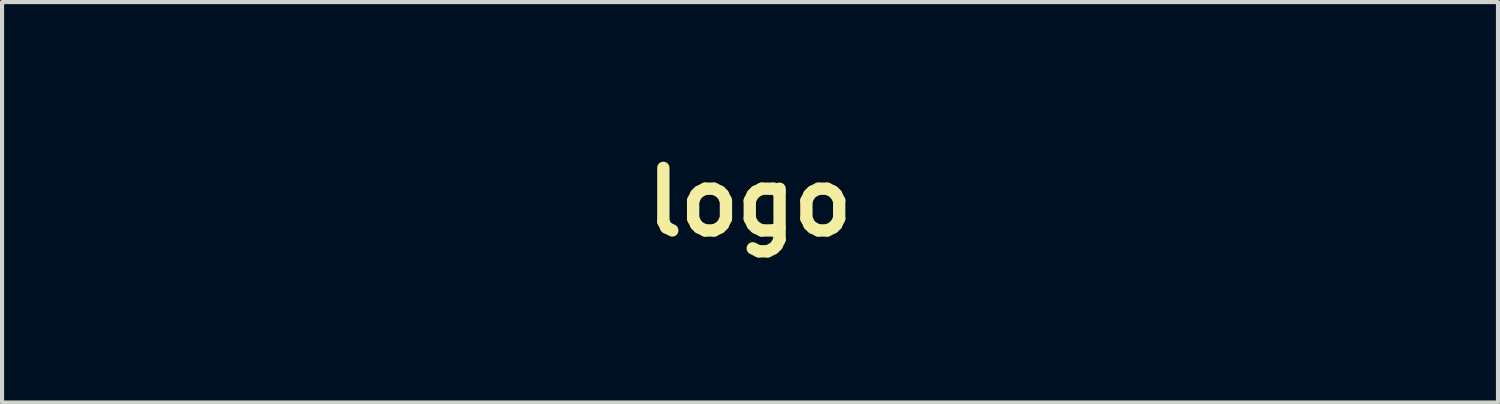
<source format=kicad_pcb>
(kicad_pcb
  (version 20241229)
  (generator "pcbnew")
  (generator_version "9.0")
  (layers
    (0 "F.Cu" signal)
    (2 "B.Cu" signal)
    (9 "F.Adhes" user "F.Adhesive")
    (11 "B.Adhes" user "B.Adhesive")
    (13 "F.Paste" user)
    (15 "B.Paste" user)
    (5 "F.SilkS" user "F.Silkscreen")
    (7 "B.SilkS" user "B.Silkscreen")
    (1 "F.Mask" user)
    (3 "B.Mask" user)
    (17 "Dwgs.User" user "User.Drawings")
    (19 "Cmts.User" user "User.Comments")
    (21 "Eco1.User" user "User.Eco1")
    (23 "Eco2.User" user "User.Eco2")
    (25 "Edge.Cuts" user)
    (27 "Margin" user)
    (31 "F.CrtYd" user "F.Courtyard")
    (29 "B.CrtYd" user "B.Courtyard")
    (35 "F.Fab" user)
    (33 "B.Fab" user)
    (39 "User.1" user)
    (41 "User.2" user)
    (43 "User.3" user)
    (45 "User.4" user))
  (footprint "logo"
    (layer "F.Cu")
    (at 15.207 1.872)
    (property "Reference" "logo" (at 0 0 0) (layer "F.SilkS") (effects (font (size 1.524 1.524) (thickness 0.3))))
    (attr through_hole)
    (fp_poly (pts (xy -3.048 1.829) (xy -3.518 1.829) (xy -3.518 -1.372) (xy -3.048 -1.372) (xy -3.048 1.829)) (stroke (width 0.01) (type solid)) (fill yes) (layer "F.Mask"))
    (fp_poly (pts (xy -14.722 -0.022) (xy -14.726 1.822) (xy -15.202 1.829) (xy -15.202 -1.867) (xy -14.719 -1.867) (xy -14.722 -0.022)) (stroke (width 0.01) (type solid)) (fill yes) (layer "F.Mask"))
    (fp_poly (pts (xy -12.513 0.225) (xy -12.516 1.822) (xy -12.992 1.829) (xy -12.992 0.813) (xy -14.275 0.813) (xy -14.275 0.33) (xy -12.992 0.33) (xy -12.992 -1.372) (xy -12.751 -1.372) (xy -12.509 -1.372) (xy -12.513 0.225)) (stroke (width 0.01) (type solid)) (fill yes) (layer "F.Mask"))
    (fp_poly (pts (xy 14.757 -0.902) (xy 13.525 -0.902) (xy 13.528 -0.613) (xy 13.532 -0.324) (xy 14.145 -0.321) (xy 14.757 -0.317) (xy 14.757 0.152) (xy 13.525 0.152) (xy 13.525 1.346) (xy 15.215 1.346) (xy 15.215 1.829) (xy 13.056 1.829) (xy 13.056 -1.372) (xy 14.757 -1.372) (xy 14.757 -0.902)) (stroke (width 0.01) (type solid)) (fill yes) (layer "F.Mask"))
    (fp_poly (pts (xy -0.219 0.225) (xy -0.222 1.822) (xy -0.5 1.822) (xy -1.314 0.732) (xy -2.127 -0.359) (xy -2.134 1.829) (xy -2.36 1.829) (xy -2.434 1.828) (xy -2.498 1.827) (xy -2.549 1.825) (xy -2.583 1.823) (xy -2.595 1.82) (xy -2.596 1.807) (xy -2.597 1.769) (xy -2.598 1.71) (xy -2.599 1.629) (xy -2.6 1.529) (xy -2.601 1.412) (xy -2.601 1.278) (xy -2.602 1.129) (xy -2.603 0.968) (xy -2.603 0.795) (xy -2.603 0.611) (xy -2.603 0.419) (xy -2.603 0.22) (xy -2.603 -1.372) (xy -2.454 -1.371) (xy -2.305 -1.37) (xy -0.692 0.802) (xy -0.689 -0.285) (xy -0.686 -1.372) (xy -0.451 -1.372) (xy -0.216 -1.372) (xy -0.219 0.225)) (stroke (width 0.01) (type solid)) (fill yes) (layer "F.Mask"))
    (fp_poly (pts (xy 10.385 -1.369) (xy 10.534 -1.365) (xy 11.341 -0.281) (xy 12.148 0.802) (xy 12.151 -0.285) (xy 12.154 -1.372) (xy 12.389 -1.372) (xy 12.624 -1.372) (xy 12.621 0.225) (xy 12.617 1.822) (xy 12.34 1.822) (xy 11.526 0.732) (xy 10.712 -0.359) (xy 10.706 1.829) (xy 10.48 1.829) (xy 10.406 1.828) (xy 10.342 1.827) (xy 10.29 1.825) (xy 10.257 1.823) (xy 10.245 1.82) (xy 10.244 1.807) (xy 10.243 1.769) (xy 10.242 1.71) (xy 10.241 1.629) (xy 10.24 1.529) (xy 10.239 1.412) (xy 10.238 1.278) (xy 10.238 1.129) (xy 10.237 0.968) (xy 10.237 0.794) (xy 10.236 0.611) (xy 10.236 0.419) (xy 10.236 0.22) (xy 10.236 -1.372) (xy 10.385 -1.369)) (stroke (width 0.01) (type solid)) (fill yes) (layer "F.Mask"))
    (fp_poly (pts (xy -10.427 -0.902) (xy -11.659 -0.902) (xy -11.656 -0.613) (xy -11.652 -0.324) (xy -11.039 -0.321) (xy -10.427 -0.317) (xy -10.427 0.152) (xy -11.659 0.152) (xy -11.659 1.346) (xy -9.97 1.346) (xy -9.97 1.829) (xy -11.047 1.829) (xy -11.21 1.829) (xy -11.366 1.828) (xy -11.513 1.828) (xy -11.648 1.827) (xy -11.771 1.827) (xy -11.879 1.826) (xy -11.97 1.825) (xy -12.043 1.824) (xy -12.096 1.822) (xy -12.126 1.821) (xy -12.133 1.82) (xy -12.134 1.807) (xy -12.135 1.769) (xy -12.136 1.71) (xy -12.137 1.629) (xy -12.138 1.529) (xy -12.138 1.412) (xy -12.139 1.278) (xy -12.14 1.129) (xy -12.14 0.968) (xy -12.141 0.795) (xy -12.141 0.611) (xy -12.141 0.419) (xy -12.141 0.22) (xy -12.141 -1.372) (xy -10.427 -1.372) (xy -10.427 -0.902)) (stroke (width 0.01) (type solid)) (fill yes) (layer "F.Mask"))
    (fp_poly (pts (xy 1.803 -1.426) (xy 1.947 -1.419) (xy 2.09 -1.4) (xy 2.23 -1.37) (xy 2.359 -1.331) (xy 2.474 -1.284) (xy 2.565 -1.233) (xy 2.569 -1.225) (xy 2.565 -1.209) (xy 2.553 -1.183) (xy 2.53 -1.144) (xy 2.495 -1.089) (xy 2.452 -1.024) (xy 2.321 -0.826) (xy 2.275 -0.847) (xy 2.118 -0.904) (xy 1.963 -0.939) (xy 1.805 -0.95) (xy 1.727 -0.948) (xy 1.562 -0.926) (xy 1.404 -0.88) (xy 1.254 -0.813) (xy 1.115 -0.727) (xy 0.989 -0.623) (xy 0.877 -0.503) (xy 0.783 -0.369) (xy 0.708 -0.223) (xy 0.654 -0.067) (xy 0.641 -0.012) (xy 0.629 0.075) (xy 0.623 0.176) (xy 0.623 0.283) (xy 0.631 0.386) (xy 0.644 0.476) (xy 0.648 0.493) (xy 0.7 0.656) (xy 0.774 0.808) (xy 0.869 0.948) (xy 0.983 1.072) (xy 1.116 1.18) (xy 1.265 1.271) (xy 1.289 1.283) (xy 1.367 1.32) (xy 1.435 1.347) (xy 1.497 1.367) (xy 1.561 1.379) (xy 1.633 1.386) (xy 1.719 1.39) (xy 1.797 1.39) (xy 1.898 1.389) (xy 1.981 1.385) (xy 2.05 1.377) (xy 2.113 1.362) (xy 2.175 1.341) (xy 2.244 1.312) (xy 2.292 1.289) (xy 2.443 1.203) (xy 2.576 1.098) (xy 2.645 1.03) (xy 2.68 0.99) (xy 2.702 0.962) (xy 2.713 0.938) (xy 2.717 0.911) (xy 2.718 0.882) (xy 2.718 0.813) (xy 2.019 0.813) (xy 2.019 0.33) (xy 3.207 0.337) (xy 3.207 1.822) (xy 2.724 1.822) (xy 2.72 1.711) (xy 2.718 1.662) (xy 2.715 1.624) (xy 2.712 1.603) (xy 2.71 1.6) (xy 2.697 1.607) (xy 2.67 1.624) (xy 2.65 1.637) (xy 2.557 1.692) (xy 2.444 1.745) (xy 2.319 1.793) (xy 2.188 1.833) (xy 2.126 1.848) (xy 2.064 1.858) (xy 1.984 1.866) (xy 1.893 1.871) (xy 1.797 1.874) (xy 1.703 1.874) (xy 1.619 1.87) (xy 1.552 1.864) (xy 1.537 1.862) (xy 1.336 1.813) (xy 1.145 1.742) (xy 0.964 1.65) (xy 0.797 1.538) (xy 0.644 1.407) (xy 0.509 1.258) (xy 0.433 1.156) (xy 0.328 0.981) (xy 0.245 0.798) (xy 0.186 0.608) (xy 0.151 0.414) (xy 0.139 0.218) (xy 0.152 0.021) (xy 0.189 -0.174) (xy 0.222 -0.287) (xy 0.298 -0.472) (xy 0.395 -0.647) (xy 0.513 -0.809) (xy 0.649 -0.956) (xy 0.801 -1.086) (xy 0.968 -1.197) (xy 1.041 -1.237) (xy 1.195 -1.309) (xy 1.34 -1.362) (xy 1.484 -1.398) (xy 1.632 -1.419) (xy 1.791 -1.426) (xy 1.803 -1.426)) (stroke (width 0.01) (type solid)) (fill yes) (layer "F.Mask"))
    (fp_poly (pts (xy -5.712 -1.371) (xy -5.533 -1.371) (xy -5.378 -1.371) (xy -5.244 -1.37) (xy -5.129 -1.369) (xy -5.031 -1.368) (xy -4.948 -1.366) (xy -4.878 -1.363) (xy -4.818 -1.359) (xy -4.767 -1.355) (xy -4.723 -1.35) (xy -4.683 -1.343) (xy -4.645 -1.336) (xy -4.607 -1.327) (xy -4.585 -1.321) (xy -4.434 -1.271) (xy -4.301 -1.202) (xy -4.186 -1.115) (xy -4.088 -1.01) (xy -4.008 -0.887) (xy -3.946 -0.746) (xy -3.922 -0.667) (xy -3.912 -0.629) (xy -3.905 -0.592) (xy -3.9 -0.551) (xy -3.897 -0.502) (xy -3.895 -0.44) (xy -3.894 -0.361) (xy -3.893 -0.298) (xy -3.893 -0.206) (xy -3.894 -0.133) (xy -3.896 -0.076) (xy -3.9 -0.03) (xy -3.906 0.01) (xy -3.914 0.049) (xy -3.922 0.083) (xy -3.942 0.151) (xy -3.969 0.227) (xy -3.998 0.295) (xy -4.003 0.305) (xy -4.059 0.4) (xy -4.135 0.493) (xy -4.222 0.577) (xy -4.315 0.646) (xy -4.369 0.676) (xy -4.463 0.716) (xy -4.567 0.751) (xy -4.672 0.779) (xy -4.766 0.795) (xy -4.777 0.796) (xy -4.82 0.801) (xy -4.851 0.807) (xy -4.864 0.813) (xy -4.864 0.813) (xy -4.858 0.826) (xy -4.84 0.858) (xy -4.813 0.908) (xy -4.776 0.973) (xy -4.732 1.051) (xy -4.681 1.139) (xy -4.625 1.236) (xy -4.584 1.308) (xy -4.525 1.41) (xy -4.47 1.505) (xy -4.421 1.591) (xy -4.378 1.667) (xy -4.342 1.729) (xy -4.316 1.775) (xy -4.301 1.803) (xy -4.297 1.811) (xy -4.297 1.817) (xy -4.307 1.822) (xy -4.329 1.825) (xy -4.365 1.826) (xy -4.42 1.827) (xy -4.495 1.827) (xy -4.548 1.826) (xy -4.806 1.822) (xy -5.379 0.819) (xy -5.738 0.816) (xy -6.096 0.812) (xy -6.096 1.829) (xy -6.566 1.829) (xy -6.566 -0.902) (xy -6.096 -0.902) (xy -6.096 0.33) (xy -5.482 0.33) (xy -5.357 0.33) (xy -5.238 0.329) (xy -5.128 0.328) (xy -5.029 0.327) (xy -4.945 0.325) (xy -4.877 0.323) (xy -4.83 0.321) (xy -4.805 0.318) (xy -4.684 0.286) (xy -4.583 0.236) (xy -4.499 0.17) (xy -4.443 0.101) (xy -4.406 0.039) (xy -4.379 -0.024) (xy -4.362 -0.094) (xy -4.353 -0.177) (xy -4.35 -0.278) (xy -4.35 -0.286) (xy -4.352 -0.389) (xy -4.361 -0.473) (xy -4.378 -0.543) (xy -4.404 -0.607) (xy -4.44 -0.668) (xy -4.443 -0.673) (xy -4.511 -0.75) (xy -4.598 -0.812) (xy -4.705 -0.857) (xy -4.831 -0.886) (xy -4.844 -0.888) (xy -4.881 -0.891) (xy -4.94 -0.894) (xy -5.021 -0.897) (xy -5.119 -0.899) (xy -5.233 -0.9) (xy -5.361 -0.901) (xy -5.499 -0.902) (xy -5.519 -0.902) (xy -6.096 -0.902) (xy -6.566 -0.902) (xy -6.566 -1.372) (xy -5.712 -1.371)) (stroke (width 0.01) (type solid)) (fill yes) (layer "F.Mask"))
    (fp_poly (pts (xy 8.382 -1.42) (xy 8.533 -1.399) (xy 8.679 -1.362) (xy 8.826 -1.307) (xy 8.922 -1.264) (xy 9.097 -1.167) (xy 9.255 -1.052) (xy 9.395 -0.923) (xy 9.511 -0.791) (xy 9.607 -0.654) (xy 9.691 -0.503) (xy 9.704 -0.477) (xy 9.772 -0.318) (xy 9.821 -0.166) (xy 9.852 -0.013) (xy 9.866 0.147) (xy 9.868 0.23) (xy 9.856 0.425) (xy 9.819 0.616) (xy 9.761 0.799) (xy 9.681 0.975) (xy 9.582 1.141) (xy 9.465 1.294) (xy 9.332 1.434) (xy 9.183 1.558) (xy 9.02 1.665) (xy 8.845 1.752) (xy 8.659 1.819) (xy 8.613 1.831) (xy 8.55 1.846) (xy 8.495 1.857) (xy 8.441 1.865) (xy 8.38 1.87) (xy 8.306 1.873) (xy 8.261 1.874) (xy 8.185 1.875) (xy 8.111 1.874) (xy 8.046 1.872) (xy 7.997 1.868) (xy 7.982 1.866) (xy 7.784 1.823) (xy 7.594 1.756) (xy 7.414 1.667) (xy 7.247 1.557) (xy 7.092 1.428) (xy 6.954 1.281) (xy 6.832 1.116) (xy 6.728 0.936) (xy 6.725 0.931) (xy 6.652 0.754) (xy 6.6 0.568) (xy 6.572 0.376) (xy 6.569 0.27) (xy 7.042 0.27) (xy 7.061 0.438) (xy 7.099 0.588) (xy 7.159 0.735) (xy 7.241 0.875) (xy 7.342 1.004) (xy 7.459 1.119) (xy 7.59 1.218) (xy 7.73 1.296) (xy 7.792 1.323) (xy 7.878 1.353) (xy 7.959 1.374) (xy 8.042 1.387) (xy 8.136 1.394) (xy 8.212 1.396) (xy 8.292 1.395) (xy 8.355 1.392) (xy 8.41 1.386) (xy 8.466 1.374) (xy 8.501 1.366) (xy 8.657 1.313) (xy 8.806 1.238) (xy 8.942 1.143) (xy 9.066 1.029) (xy 9.172 0.899) (xy 9.26 0.754) (xy 9.271 0.732) (xy 9.325 0.608) (xy 9.361 0.489) (xy 9.382 0.368) (xy 9.389 0.235) (xy 9.389 0.216) (xy 9.384 0.1) (xy 9.37 -0.003) (xy 9.344 -0.1) (xy 9.306 -0.202) (xy 9.273 -0.273) (xy 9.186 -0.425) (xy 9.081 -0.56) (xy 8.96 -0.677) (xy 8.824 -0.775) (xy 8.676 -0.852) (xy 8.518 -0.908) (xy 8.35 -0.941) (xy 8.261 -0.948) (xy 8.095 -0.944) (xy 7.932 -0.915) (xy 7.775 -0.863) (xy 7.626 -0.786) (xy 7.487 -0.687) (xy 7.424 -0.633) (xy 7.304 -0.504) (xy 7.206 -0.365) (xy 7.13 -0.215) (xy 7.077 -0.059) (xy 7.048 0.104) (xy 7.042 0.27) (xy 6.569 0.27) (xy 6.566 0.182) (xy 6.583 -0.011) (xy 6.622 -0.201) (xy 6.684 -0.385) (xy 6.734 -0.495) (xy 6.811 -0.634) (xy 6.898 -0.759) (xy 7 -0.881) (xy 7.032 -0.915) (xy 7.184 -1.056) (xy 7.348 -1.175) (xy 7.523 -1.271) (xy 7.707 -1.345) (xy 7.9 -1.396) (xy 8.1 -1.422) (xy 8.217 -1.426) (xy 8.382 -1.42)) (stroke (width 0.01) (type solid)) (fill yes) (layer "F.Mask"))
    (fp_poly (pts (xy -7.791 -1.364) (xy -7.664 -1.33) (xy -7.552 -1.294) (xy -7.444 -1.248) (xy -7.345 -1.195) (xy -7.262 -1.139) (xy -7.236 -1.118) (xy -7.146 -1.021) (xy -7.07 -0.904) (xy -7.009 -0.771) (xy -6.966 -0.625) (xy -6.946 -0.514) (xy -6.937 -0.411) (xy -6.935 -0.295) (xy -6.94 -0.175) (xy -6.95 -0.058) (xy -6.966 0.046) (xy -6.977 0.092) (xy -7.027 0.242) (xy -7.095 0.375) (xy -7.181 0.49) (xy -7.285 0.587) (xy -7.406 0.665) (xy -7.431 0.678) (xy -7.569 0.736) (xy -7.712 0.777) (xy -7.833 0.796) (xy -7.874 0.802) (xy -7.903 0.809) (xy -7.912 0.815) (xy -7.906 0.828) (xy -7.888 0.861) (xy -7.861 0.911) (xy -7.824 0.977) (xy -7.779 1.055) (xy -7.729 1.144) (xy -7.673 1.242) (xy -7.626 1.322) (xy -7.567 1.425) (xy -7.513 1.52) (xy -7.463 1.606) (xy -7.42 1.681) (xy -7.386 1.743) (xy -7.36 1.788) (xy -7.344 1.816) (xy -7.341 1.823) (xy -7.353 1.825) (xy -7.386 1.826) (xy -7.438 1.828) (xy -7.503 1.828) (xy -7.579 1.829) (xy -7.594 1.829) (xy -7.848 1.829) (xy -7.869 1.797) (xy -7.879 1.78) (xy -7.901 1.743) (xy -7.932 1.689) (xy -7.972 1.62) (xy -8.019 1.538) (xy -8.071 1.447) (xy -8.127 1.349) (xy -8.159 1.293) (xy -8.429 0.819) (xy -8.786 0.816) (xy -9.144 0.812) (xy -9.144 1.829) (xy -9.377 1.829) (xy -9.451 1.828) (xy -9.517 1.827) (xy -9.569 1.825) (xy -9.604 1.823) (xy -9.618 1.82) (xy -9.619 1.807) (xy -9.62 1.769) (xy -9.621 1.71) (xy -9.622 1.629) (xy -9.623 1.529) (xy -9.624 1.412) (xy -9.624 1.278) (xy -9.625 1.129) (xy -9.626 0.968) (xy -9.626 0.794) (xy -9.626 0.611) (xy -9.627 0.419) (xy -9.627 0.331) (xy -9.144 0.331) (xy -8.493 0.327) (xy -8.348 0.326) (xy -8.225 0.326) (xy -8.123 0.325) (xy -8.04 0.323) (xy -7.973 0.322) (xy -7.92 0.32) (xy -7.878 0.318) (xy -7.845 0.315) (xy -7.819 0.311) (xy -7.798 0.307) (xy -7.779 0.302) (xy -7.759 0.295) (xy -7.759 0.295) (xy -7.652 0.248) (xy -7.564 0.184) (xy -7.495 0.102) (xy -7.443 0.004) (xy -7.41 -0.113) (xy -7.395 -0.229) (xy -7.396 -0.363) (xy -7.415 -0.485) (xy -7.452 -0.594) (xy -7.506 -0.687) (xy -7.576 -0.763) (xy -7.661 -0.821) (xy -7.693 -0.836) (xy -7.722 -0.85) (xy -7.751 -0.861) (xy -7.782 -0.87) (xy -7.819 -0.877) (xy -7.862 -0.883) (xy -7.915 -0.887) (xy -7.98 -0.891) (xy -8.059 -0.893) (xy -8.155 -0.895) (xy -8.27 -0.897) (xy -8.407 -0.898) (xy -8.506 -0.899) (xy -9.144 -0.903) (xy -9.144 0.331) (xy -9.627 0.331) (xy -9.627 0.22) (xy -9.627 -1.373) (xy -7.791 -1.364)) (stroke (width 0.01) (type solid)) (fill yes) (layer "F.Mask"))
    (fp_poly (pts (xy 4.442 -1.369) (xy 4.613 -1.368) (xy 4.762 -1.367) (xy 4.888 -1.366) (xy 4.995 -1.365) (xy 5.085 -1.364) (xy 5.159 -1.363) (xy 5.219 -1.361) (xy 5.268 -1.36) (xy 5.307 -1.357) (xy 5.338 -1.355) (xy 5.363 -1.351) (xy 5.385 -1.347) (xy 5.404 -1.343) (xy 5.424 -1.337) (xy 5.427 -1.337) (xy 5.563 -1.289) (xy 5.677 -1.227) (xy 5.771 -1.15) (xy 5.844 -1.059) (xy 5.897 -0.952) (xy 5.93 -0.83) (xy 5.943 -0.692) (xy 5.943 -0.666) (xy 5.934 -0.541) (xy 5.906 -0.429) (xy 5.859 -0.333) (xy 5.795 -0.253) (xy 5.714 -0.192) (xy 5.712 -0.191) (xy 5.649 -0.155) (xy 5.717 -0.133) (xy 5.841 -0.082) (xy 5.947 -0.015) (xy 6.036 0.069) (xy 6.11 0.172) (xy 6.17 0.294) (xy 6.216 0.437) (xy 6.219 0.451) (xy 6.228 0.49) (xy 6.234 0.534) (xy 6.238 0.587) (xy 6.24 0.654) (xy 6.241 0.739) (xy 6.241 0.794) (xy 6.24 0.885) (xy 6.239 0.956) (xy 6.236 1.011) (xy 6.232 1.055) (xy 6.226 1.094) (xy 6.217 1.132) (xy 6.212 1.149) (xy 6.162 1.292) (xy 6.095 1.416) (xy 6.011 1.525) (xy 6.005 1.53) (xy 5.921 1.609) (xy 5.832 1.671) (xy 5.731 1.721) (xy 5.674 1.742) (xy 5.634 1.756) (xy 5.597 1.768) (xy 5.562 1.779) (xy 5.525 1.788) (xy 5.486 1.795) (xy 5.441 1.802) (xy 5.389 1.807) (xy 5.329 1.811) (xy 5.257 1.815) (xy 5.172 1.817) (xy 5.072 1.819) (xy 4.955 1.821) (xy 4.819 1.822) (xy 4.661 1.824) (xy 4.481 1.825) (xy 4.47 1.825) (xy 4.322 1.826) (xy 4.181 1.826) (xy 4.049 1.827) (xy 3.929 1.827) (xy 3.822 1.826) (xy 3.732 1.826) (xy 3.659 1.825) (xy 3.605 1.824) (xy 3.574 1.823) (xy 3.566 1.821) (xy 3.564 1.808) (xy 3.563 1.77) (xy 3.562 1.71) (xy 3.561 1.63) (xy 3.56 1.53) (xy 3.559 1.412) (xy 3.559 1.346) (xy 4.039 1.346) (xy 4.651 1.346) (xy 4.801 1.346) (xy 4.927 1.345) (xy 5.032 1.344) (xy 5.118 1.343) (xy 5.188 1.341) (xy 5.244 1.339) (xy 5.288 1.336) (xy 5.323 1.332) (xy 5.35 1.328) (xy 5.353 1.327) (xy 5.467 1.293) (xy 5.561 1.242) (xy 5.638 1.174) (xy 5.696 1.089) (xy 5.737 0.986) (xy 5.76 0.865) (xy 5.766 0.754) (xy 5.762 0.646) (xy 5.749 0.556) (xy 5.727 0.477) (xy 5.71 0.438) (xy 5.661 0.354) (xy 5.598 0.285) (xy 5.517 0.23) (xy 5.421 0.188) (xy 5.402 0.182) (xy 5.384 0.176) (xy 5.364 0.172) (xy 5.34 0.168) (xy 5.309 0.165) (xy 5.269 0.163) (xy 5.218 0.161) (xy 5.154 0.159) (xy 5.074 0.158) (xy 4.976 0.157) (xy 4.857 0.156) (xy 4.716 0.155) (xy 4.689 0.155) (xy 4.039 0.151) (xy 4.039 1.346) (xy 3.559 1.346) (xy 3.558 1.278) (xy 3.558 1.13) (xy 3.557 0.968) (xy 3.557 0.794) (xy 3.556 0.611) (xy 3.556 0.419) (xy 3.556 0.22) (xy 3.556 -0.316) (xy 4.039 -0.316) (xy 4.639 -0.321) (xy 4.786 -0.322) (xy 4.91 -0.324) (xy 5.012 -0.325) (xy 5.095 -0.327) (xy 5.161 -0.33) (xy 5.211 -0.333) (xy 5.248 -0.336) (xy 5.274 -0.34) (xy 5.289 -0.344) (xy 5.345 -0.373) (xy 5.396 -0.418) (xy 5.433 -0.469) (xy 5.447 -0.502) (xy 5.462 -0.592) (xy 5.456 -0.677) (xy 5.43 -0.752) (xy 5.386 -0.815) (xy 5.325 -0.862) (xy 5.305 -0.872) (xy 5.291 -0.877) (xy 5.275 -0.882) (xy 5.253 -0.886) (xy 5.225 -0.889) (xy 5.187 -0.891) (xy 5.137 -0.893) (xy 5.073 -0.895) (xy 4.993 -0.896) (xy 4.895 -0.897) (xy 4.775 -0.898) (xy 4.645 -0.899) (xy 4.039 -0.903) (xy 4.039 -0.316) (xy 3.556 -0.316) (xy 3.556 -1.373) (xy 4.442 -1.369)) (stroke (width 0.01) (type solid)) (fill yes) (layer "F.Mask")))
  (gr_rect
    (start -3 -3)
    (end 33.426 6.751)
    (stroke (width 0.1) (type default))
    (fill no)
    (layer "Edge.Cuts")))
</source>
